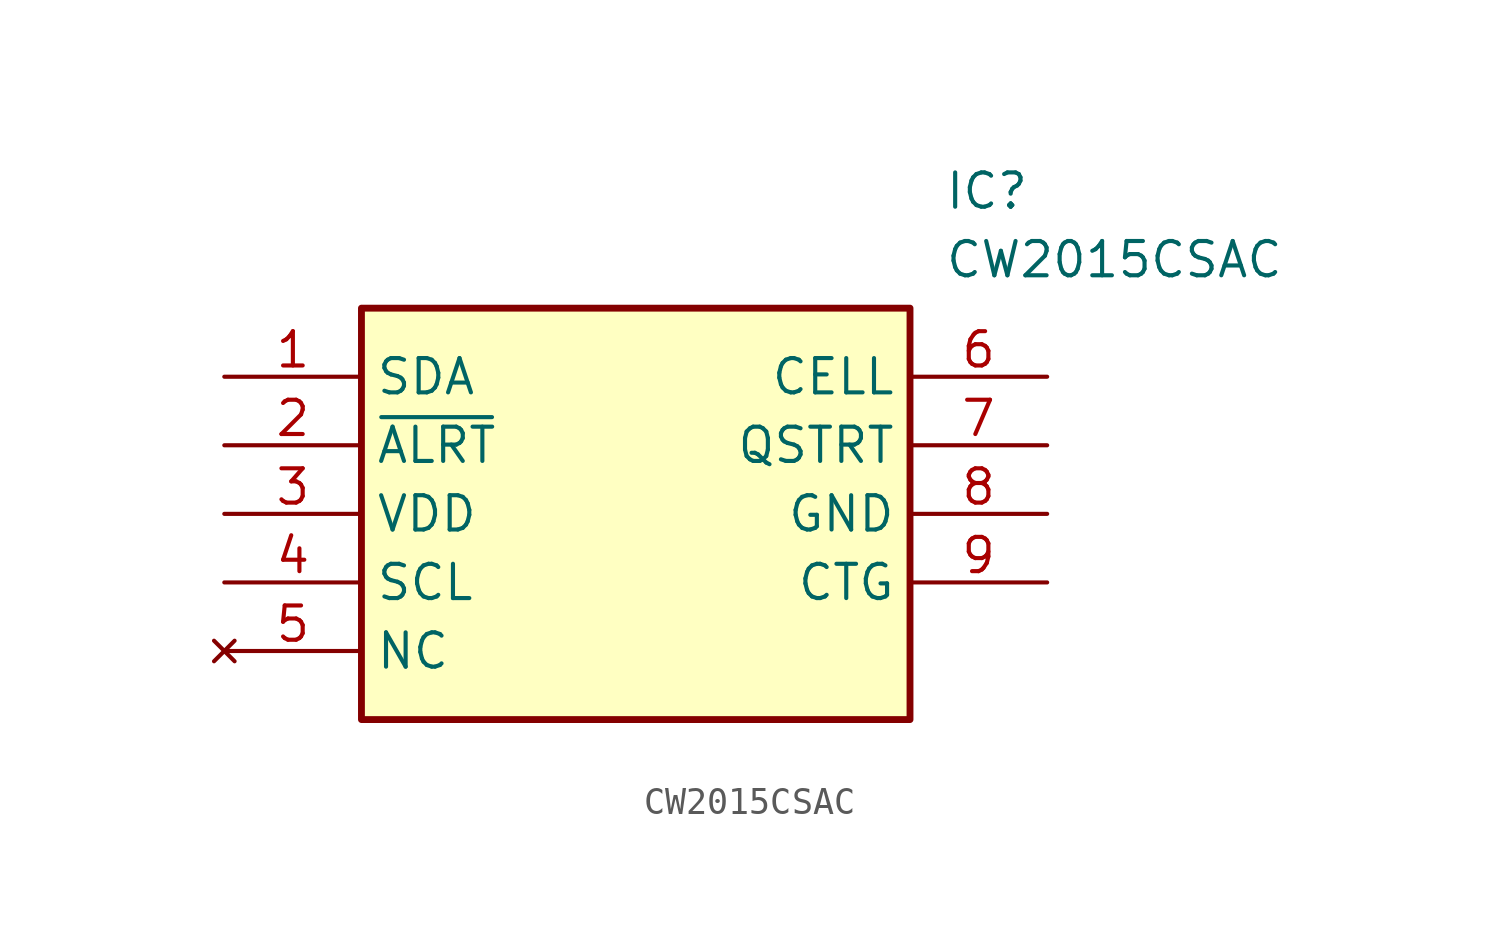
<source format=kicad_sym>
(kicad_symbol_lib
  (version 20211014)
  (generator SamacSys_ECAD_Model)
  (symbol "CW2015CSAC"
    (property "Reference" "IC"
      (at 26.67 7.62 0)
      (effects (font (size 1.27 1.27)) (justify left top)))
    (property "Value" "CW2015CSAC"
      (at 26.67 5.08 0)
      (effects (font (size 1.27 1.27)) (justify left top)))
    (rectangle
      (start 5.08 2.54)
      (end 25.4 -12.7)
      (stroke (width 0.254) (type default))
      (fill (type background)))
    (pin passive line
      (at 0 0 0)
      (length 5.08)
      (name "SDA" (effects (font (size 1.27 1.27))))
      (number "1" (effects (font (size 1.27 1.27)))))
    (pin passive line
      (at 0 -2.54 0)
      (length 5.08)
      (name "~{ALRT}" (effects (font (size 1.27 1.27))))
      (number "2" (effects (font (size 1.27 1.27)))))
    (pin passive line
      (at 0 -5.08 0)
      (length 5.08)
      (name "VDD" (effects (font (size 1.27 1.27))))
      (number "3" (effects (font (size 1.27 1.27)))))
    (pin passive line
      (at 0 -7.62 0)
      (length 5.08)
      (name "SCL" (effects (font (size 1.27 1.27))))
      (number "4" (effects (font (size 1.27 1.27)))))
    (pin no_connect line
      (at 0 -10.16 0)
      (length 5.08)
      (name "NC" (effects (font (size 1.27 1.27))))
      (number "5" (effects (font (size 1.27 1.27)))))
    (pin passive line
      (at 30.48 0 180)
      (length 5.08)
      (name "CELL" (effects (font (size 1.27 1.27))))
      (number "6" (effects (font (size 1.27 1.27)))))
    (pin passive line
      (at 30.48 -2.54 180)
      (length 5.08)
      (name "QSTRT" (effects (font (size 1.27 1.27))))
      (number "7" (effects (font (size 1.27 1.27)))))
    (pin passive line
      (at 30.48 -5.08 180)
      (length 5.08)
      (name "GND" (effects (font (size 1.27 1.27))))
      (number "8" (effects (font (size 1.27 1.27)))))
    (pin passive line
      (at 30.48 -7.62 180)
      (length 5.08)
      (name "CTG" (effects (font (size 1.27 1.27))))
      (number "9" (effects (font (size 1.27 1.27)))))))
</source>
